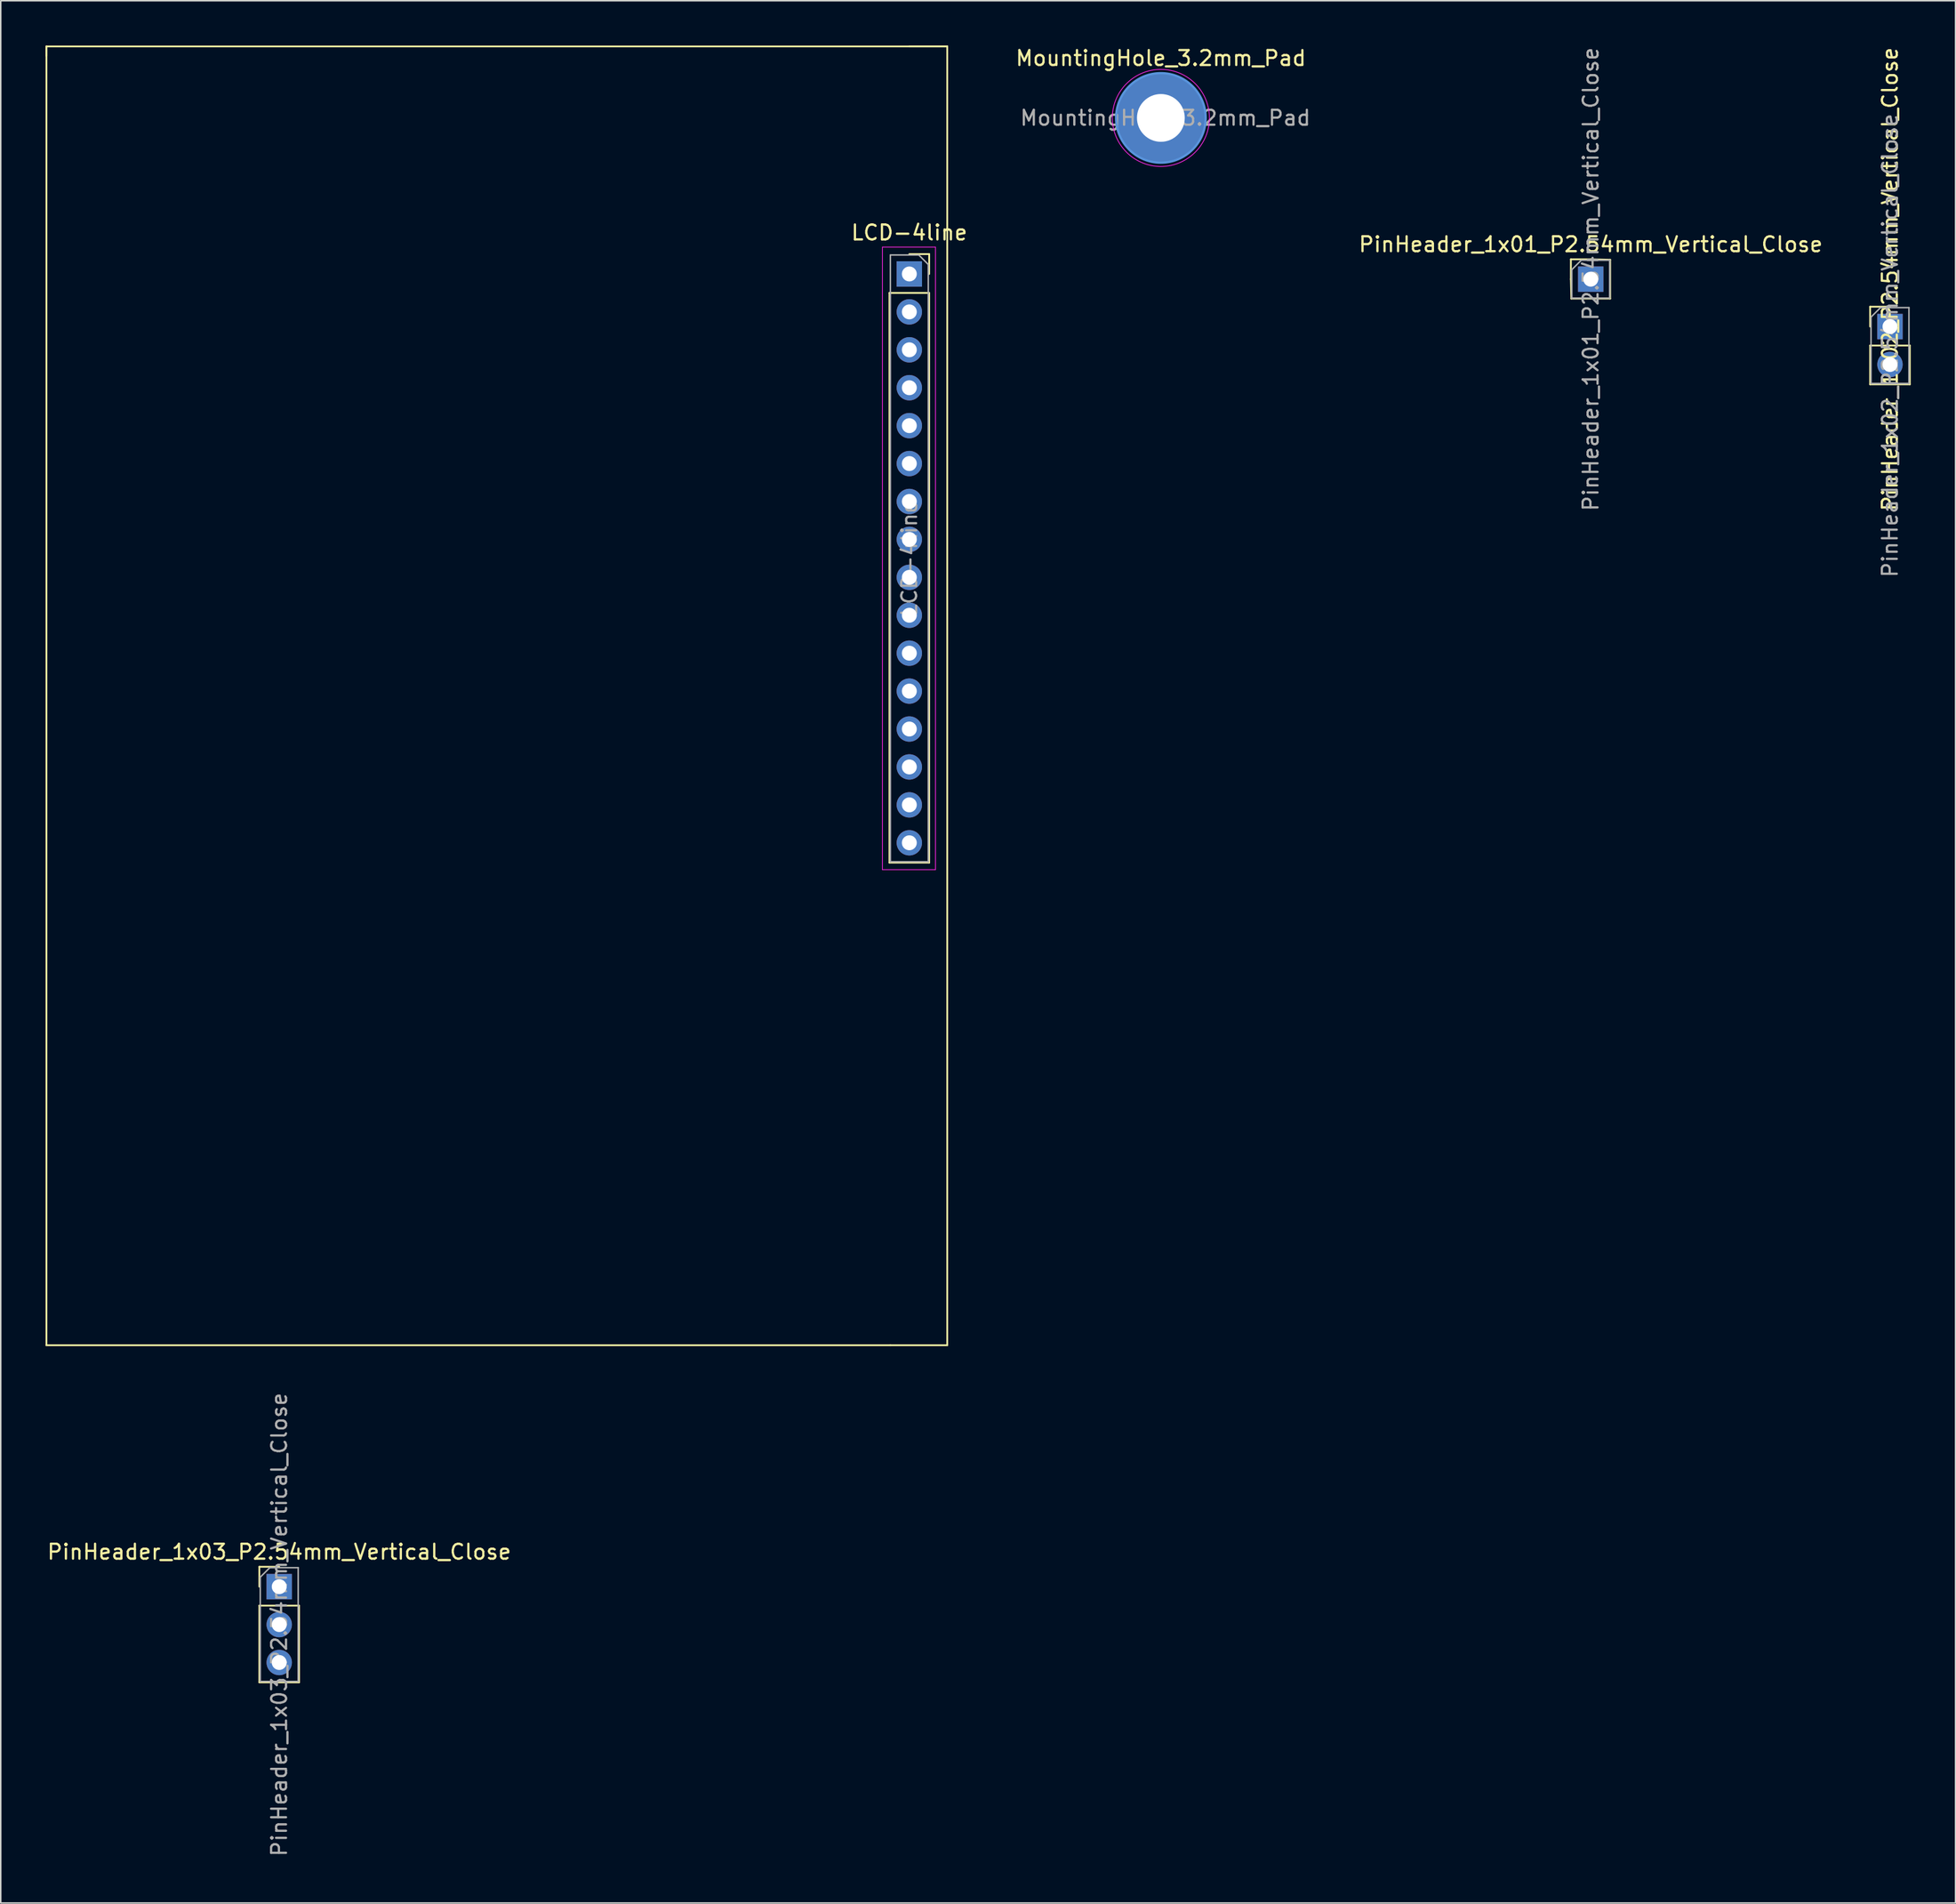
<source format=kicad_pcb>
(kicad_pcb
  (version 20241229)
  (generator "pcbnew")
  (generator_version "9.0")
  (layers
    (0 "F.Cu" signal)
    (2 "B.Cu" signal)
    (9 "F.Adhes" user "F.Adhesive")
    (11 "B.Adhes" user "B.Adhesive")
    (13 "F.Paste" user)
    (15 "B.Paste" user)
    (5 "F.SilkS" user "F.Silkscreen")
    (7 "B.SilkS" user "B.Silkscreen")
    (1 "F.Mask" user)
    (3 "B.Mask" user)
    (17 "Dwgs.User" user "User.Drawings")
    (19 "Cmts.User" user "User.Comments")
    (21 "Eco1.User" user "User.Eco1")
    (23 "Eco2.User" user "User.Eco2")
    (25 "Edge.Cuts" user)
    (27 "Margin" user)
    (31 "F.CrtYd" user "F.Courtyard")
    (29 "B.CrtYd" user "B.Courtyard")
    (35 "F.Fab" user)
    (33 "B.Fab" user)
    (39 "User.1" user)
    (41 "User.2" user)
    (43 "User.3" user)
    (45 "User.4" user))
  (footprint "MountingHole_3.2mm_Pad"
    (layer "F.Cu")
    (at 74.69 4.848)
    (property "Reference" "MountingHole_3.2mm_Pad" (at 0 -4 0) (layer "F.SilkS") (effects (font (size 1 1) (thickness 0.15))))
    (attr exclude_from_pos_files exclude_from_bom)
    (fp_circle (center 0 0) (end 3 0) (stroke (width 0.15) (type solid)) (fill no) (layer "Cmts.User"))
    (fp_circle (center 0 0) (end 3.25 0) (stroke (width 0.05) (type solid)) (fill no) (layer "F.CrtYd"))
    (fp_text user "${REFERENCE}" (at 0.3 0 0) (layer "F.Fab") (effects (font (size 1 1) (thickness 0.15))))
    (pad "1" thru_hole circle (at 0 0) (size 6 6) (drill 3.2) (layers "*.Cu" "*.Mask")))
  (footprint "PinHeader_1x01_P2.54mm_Vertical_Close"
    (layer "F.Cu")
    (at 103.478 15.649)
    (property "Reference" "PinHeader_1x01_P2.54mm_Vertical_Close" (at 0 -2.33 0) (layer "F.SilkS") (effects (font (size 1 1) (thickness 0.15))))
    (attr through_hole)
    (fp_line (start -1.33 -1.33) (end 0 -1.33) (stroke (width 0.12) (type solid)) (layer "F.SilkS"))
    (fp_line (start -1.33 0) (end -1.33 -1.33) (stroke (width 0.12) (type solid)) (layer "F.SilkS"))
    (fp_line (start -1.33 0) (end -1.3 1.3) (stroke (width 0.12) (type solid)) (layer "F.SilkS"))
    (fp_line (start -1.3 1.3) (end 1.3 1.3) (stroke (width 0.12) (type solid)) (layer "F.SilkS"))
    (fp_line (start 1.3 -1.3) (end 0 -1.33) (stroke (width 0.12) (type solid)) (layer "F.SilkS"))
    (fp_line (start 1.3 1.3) (end 1.3 -1.3) (stroke (width 0.12) (type solid)) (layer "F.SilkS"))
    (fp_line (start -1.27 -0.635) (end -0.635 -1.27) (stroke (width 0.1) (type solid)) (layer "F.Fab"))
    (fp_line (start -1.27 1.27) (end -1.27 -0.635) (stroke (width 0.1) (type solid)) (layer "F.Fab"))
    (fp_line (start -0.635 -1.27) (end 1.27 -1.27) (stroke (width 0.1) (type solid)) (layer "F.Fab"))
    (fp_line (start 1.27 -1.27) (end 1.27 1.27) (stroke (width 0.1) (type solid)) (layer "F.Fab"))
    (fp_line (start 1.27 1.27) (end -1.27 1.27) (stroke (width 0.1) (type solid)) (layer "F.Fab"))
    (fp_text user "${REFERENCE}" (at 0 0 90) (layer "F.Fab") (effects (font (size 1 1) (thickness 0.15))))
    (pad "1" thru_hole rect (at 0 0) (size 1.7 1.7) (drill 1) (layers "*.Cu" "*.Mask")))
  (footprint "PinHeader_1x02_P2.54mm_Vertical_Close"
    (layer "F.Cu")
    (at 123.517 18.824)
    (property "Reference" "PinHeader_1x02_P2.54mm_Vertical_Close" (at 0 -3.175 90) (layer "F.SilkS") (effects (font (size 1 1) (thickness 0.15))))
    (attr through_hole)
    (fp_line (start -1.33 -1.33) (end 0 -1.33) (stroke (width 0.12) (type solid)) (layer "F.SilkS"))
    (fp_line (start -1.33 0) (end -1.33 -1.33) (stroke (width 0.12) (type solid)) (layer "F.SilkS"))
    (fp_line (start -1.33 1.27) (end -1.33 3.87) (stroke (width 0.12) (type solid)) (layer "F.SilkS"))
    (fp_line (start -1.33 1.27) (end 1.33 1.27) (stroke (width 0.12) (type solid)) (layer "F.SilkS"))
    (fp_line (start -1.33 3.87) (end 1.33 3.87) (stroke (width 0.12) (type solid)) (layer "F.SilkS"))
    (fp_line (start 1.33 1.27) (end 1.33 3.87) (stroke (width 0.12) (type solid)) (layer "F.SilkS"))
    (fp_line (start -1.27 -0.635) (end -0.635 -1.27) (stroke (width 0.1) (type solid)) (layer "F.Fab"))
    (fp_line (start -1.27 3.81) (end -1.27 -0.635) (stroke (width 0.1) (type solid)) (layer "F.Fab"))
    (fp_line (start -0.635 -1.27) (end 1.27 -1.27) (stroke (width 0.1) (type solid)) (layer "F.Fab"))
    (fp_line (start 1.27 -1.27) (end 1.27 3.81) (stroke (width 0.1) (type solid)) (layer "F.Fab"))
    (fp_line (start 1.27 3.81) (end -1.27 3.81) (stroke (width 0.1) (type solid)) (layer "F.Fab"))
    (fp_text user "${REFERENCE}" (at 0 1.27 270) (layer "F.Fab") (effects (font (size 1 1) (thickness 0.15))))
    (pad "1" thru_hole rect (at 0 0) (size 1.7 1.7) (drill 1) (layers "*.Cu" "*.Mask"))
    (pad "2" thru_hole oval (at 0 2.54) (size 1.7 1.7) (drill 1) (layers "*.Cu" "*.Mask")))
  (footprint "LCD-4line"
    (layer "F.Cu")
    (at 57.845 15.3)
    (property "Reference" "LCD-4line" (at 0 -2.77 0) (layer "F.SilkS") (effects (font (size 1 1) (thickness 0.15))))
    (attr through_hole)
    (fp_line (start -57.785 -15.24) (end -57.785 -14.605) (stroke (width 0.12) (type solid)) (layer "F.SilkS"))
    (fp_line (start -57.785 -15.24) (end 2.54 -15.24) (stroke (width 0.12) (type solid)) (layer "F.SilkS"))
    (fp_line (start -57.785 71.755) (end -57.785 -15.24) (stroke (width 0.12) (type solid)) (layer "F.SilkS"))
    (fp_line (start -1.33 1.27) (end -1.33 39.43) (stroke (width 0.12) (type solid)) (layer "F.SilkS"))
    (fp_line (start -1.33 1.27) (end 1.33 1.27) (stroke (width 0.12) (type solid)) (layer "F.SilkS"))
    (fp_line (start -1.33 39.43) (end 1.33 39.43) (stroke (width 0.12) (type solid)) (layer "F.SilkS"))
    (fp_line (start -1.27 71.755) (end -57.785 71.755) (stroke (width 0.12) (type solid)) (layer "F.SilkS"))
    (fp_line (start 0 -15.24) (end 2.54 -15.24) (stroke (width 0.12) (type solid)) (layer "F.SilkS"))
    (fp_line (start 0 -1.33) (end 1.33 -1.33) (stroke (width 0.12) (type solid)) (layer "F.SilkS"))
    (fp_line (start 1.33 -1.33) (end 1.33 0) (stroke (width 0.12) (type solid)) (layer "F.SilkS"))
    (fp_line (start 1.33 1.27) (end 1.33 39.43) (stroke (width 0.12) (type solid)) (layer "F.SilkS"))
    (fp_line (start 2.54 -15.24) (end 2.54 71.755) (stroke (width 0.12) (type solid)) (layer "F.SilkS"))
    (fp_line (start 2.54 71.755) (end -1.27 71.755) (stroke (width 0.12) (type solid)) (layer "F.SilkS"))
    (fp_line (start -1.8 -1.8) (end 1.75 -1.8) (stroke (width 0.05) (type solid)) (layer "F.CrtYd"))
    (fp_line (start -1.8 39.9) (end -1.8 -1.8) (stroke (width 0.05) (type solid)) (layer "F.CrtYd"))
    (fp_line (start 1.75 -1.8) (end 1.75 39.9) (stroke (width 0.05) (type solid)) (layer "F.CrtYd"))
    (fp_line (start 1.75 39.9) (end -1.8 39.9) (stroke (width 0.05) (type solid)) (layer "F.CrtYd"))
    (fp_line (start -1.27 -1.27) (end 0.635 -1.27) (stroke (width 0.1) (type solid)) (layer "F.Fab"))
    (fp_line (start -1.27 39.37) (end -1.27 -1.27) (stroke (width 0.1) (type solid)) (layer "F.Fab"))
    (fp_line (start 0.635 -1.27) (end 1.27 -0.635) (stroke (width 0.1) (type solid)) (layer "F.Fab"))
    (fp_line (start 1.27 -0.635) (end 1.27 39.37) (stroke (width 0.1) (type solid)) (layer "F.Fab"))
    (fp_line (start 1.27 39.37) (end -1.27 39.37) (stroke (width 0.1) (type solid)) (layer "F.Fab"))
    (fp_text user "${REFERENCE}" (at 0 19.05 270) (layer "F.Fab") (effects (font (size 1 1) (thickness 0.15))))
    (pad "1" thru_hole rect (at 0 0) (size 1.7 1.7) (drill 1) (layers "*.Cu" "*.Mask"))
    (pad "2" thru_hole oval (at 0 2.54) (size 1.7 1.7) (drill 1) (layers "*.Cu" "*.Mask"))
    (pad "3" thru_hole oval (at 0 5.08) (size 1.7 1.7) (drill 1) (layers "*.Cu" "*.Mask"))
    (pad "4" thru_hole oval (at 0 7.62) (size 1.7 1.7) (drill 1) (layers "*.Cu" "*.Mask"))
    (pad "5" thru_hole oval (at 0 10.16) (size 1.7 1.7) (drill 1) (layers "*.Cu" "*.Mask"))
    (pad "6" thru_hole oval (at 0 12.7) (size 1.7 1.7) (drill 1) (layers "*.Cu" "*.Mask"))
    (pad "7" thru_hole oval (at 0 15.24) (size 1.7 1.7) (drill 1) (layers "*.Cu" "*.Mask"))
    (pad "8" thru_hole oval (at 0 17.78) (size 1.7 1.7) (drill 1) (layers "*.Cu" "*.Mask"))
    (pad "9" thru_hole oval (at 0 20.32) (size 1.7 1.7) (drill 1) (layers "*.Cu" "*.Mask"))
    (pad "10" thru_hole oval (at 0 22.86) (size 1.7 1.7) (drill 1) (layers "*.Cu" "*.Mask"))
    (pad "11" thru_hole oval (at 0 25.4) (size 1.7 1.7) (drill 1) (layers "*.Cu" "*.Mask"))
    (pad "12" thru_hole oval (at 0 27.94) (size 1.7 1.7) (drill 1) (layers "*.Cu" "*.Mask"))
    (pad "13" thru_hole oval (at 0 30.48) (size 1.7 1.7) (drill 1) (layers "*.Cu" "*.Mask"))
    (pad "14" thru_hole oval (at 0 33.02) (size 1.7 1.7) (drill 1) (layers "*.Cu" "*.Mask"))
    (pad "15" thru_hole oval (at 0 35.56) (size 1.7 1.7) (drill 1) (layers "*.Cu" "*.Mask"))
    (pad "16" thru_hole oval (at 0 38.1) (size 1.7 1.7) (drill 1) (layers "*.Cu" "*.Mask")))
  (footprint "PinHeader_1x03_P2.54mm_Vertical_Close"
    (layer "F.Cu")
    (at 15.649 103.224)
    (property "Reference" "PinHeader_1x03_P2.54mm_Vertical_Close" (at 0 -2.33 0) (layer "F.SilkS") (effects (font (size 1 1) (thickness 0.15))))
    (attr through_hole)
    (fp_line (start -1.33 -1.33) (end 0 -1.33) (stroke (width 0.12) (type solid)) (layer "F.SilkS"))
    (fp_line (start -1.33 0) (end -1.33 -1.33) (stroke (width 0.12) (type solid)) (layer "F.SilkS"))
    (fp_line (start -1.33 1.27) (end -1.33 6.41) (stroke (width 0.12) (type solid)) (layer "F.SilkS"))
    (fp_line (start -1.33 1.27) (end 1.33 1.27) (stroke (width 0.12) (type solid)) (layer "F.SilkS"))
    (fp_line (start -1.33 6.41) (end 1.33 6.41) (stroke (width 0.12) (type solid)) (layer "F.SilkS"))
    (fp_line (start 1.33 1.27) (end 1.33 6.41) (stroke (width 0.12) (type solid)) (layer "F.SilkS"))
    (fp_line (start -1.27 -0.635) (end -0.635 -1.27) (stroke (width 0.1) (type solid)) (layer "F.Fab"))
    (fp_line (start -1.27 6.35) (end -1.27 -0.635) (stroke (width 0.1) (type solid)) (layer "F.Fab"))
    (fp_line (start -0.635 -1.27) (end 1.27 -1.27) (stroke (width 0.1) (type solid)) (layer "F.Fab"))
    (fp_line (start 1.27 -1.27) (end 1.27 6.35) (stroke (width 0.1) (type solid)) (layer "F.Fab"))
    (fp_line (start 1.27 6.35) (end -1.27 6.35) (stroke (width 0.1) (type solid)) (layer "F.Fab"))
    (fp_text user "${REFERENCE}" (at 0 2.54 90) (layer "F.Fab") (effects (font (size 1 1) (thickness 0.15))))
    (pad "1" thru_hole rect (at 0 0) (size 1.7 1.7) (drill 1) (layers "*.Cu" "*.Mask"))
    (pad "2" thru_hole oval (at 0 2.54) (size 1.7 1.7) (drill 1) (layers "*.Cu" "*.Mask"))
    (pad "3" thru_hole oval (at 0 5.08) (size 1.7 1.7) (drill 1) (layers "*.Cu" "*.Mask")))
  (gr_rect
    (start -3 -3)
    (end 127.907 124.413)
    (stroke (width 0.1) (type default))
    (fill no)
    (layer "Edge.Cuts")))
</source>
